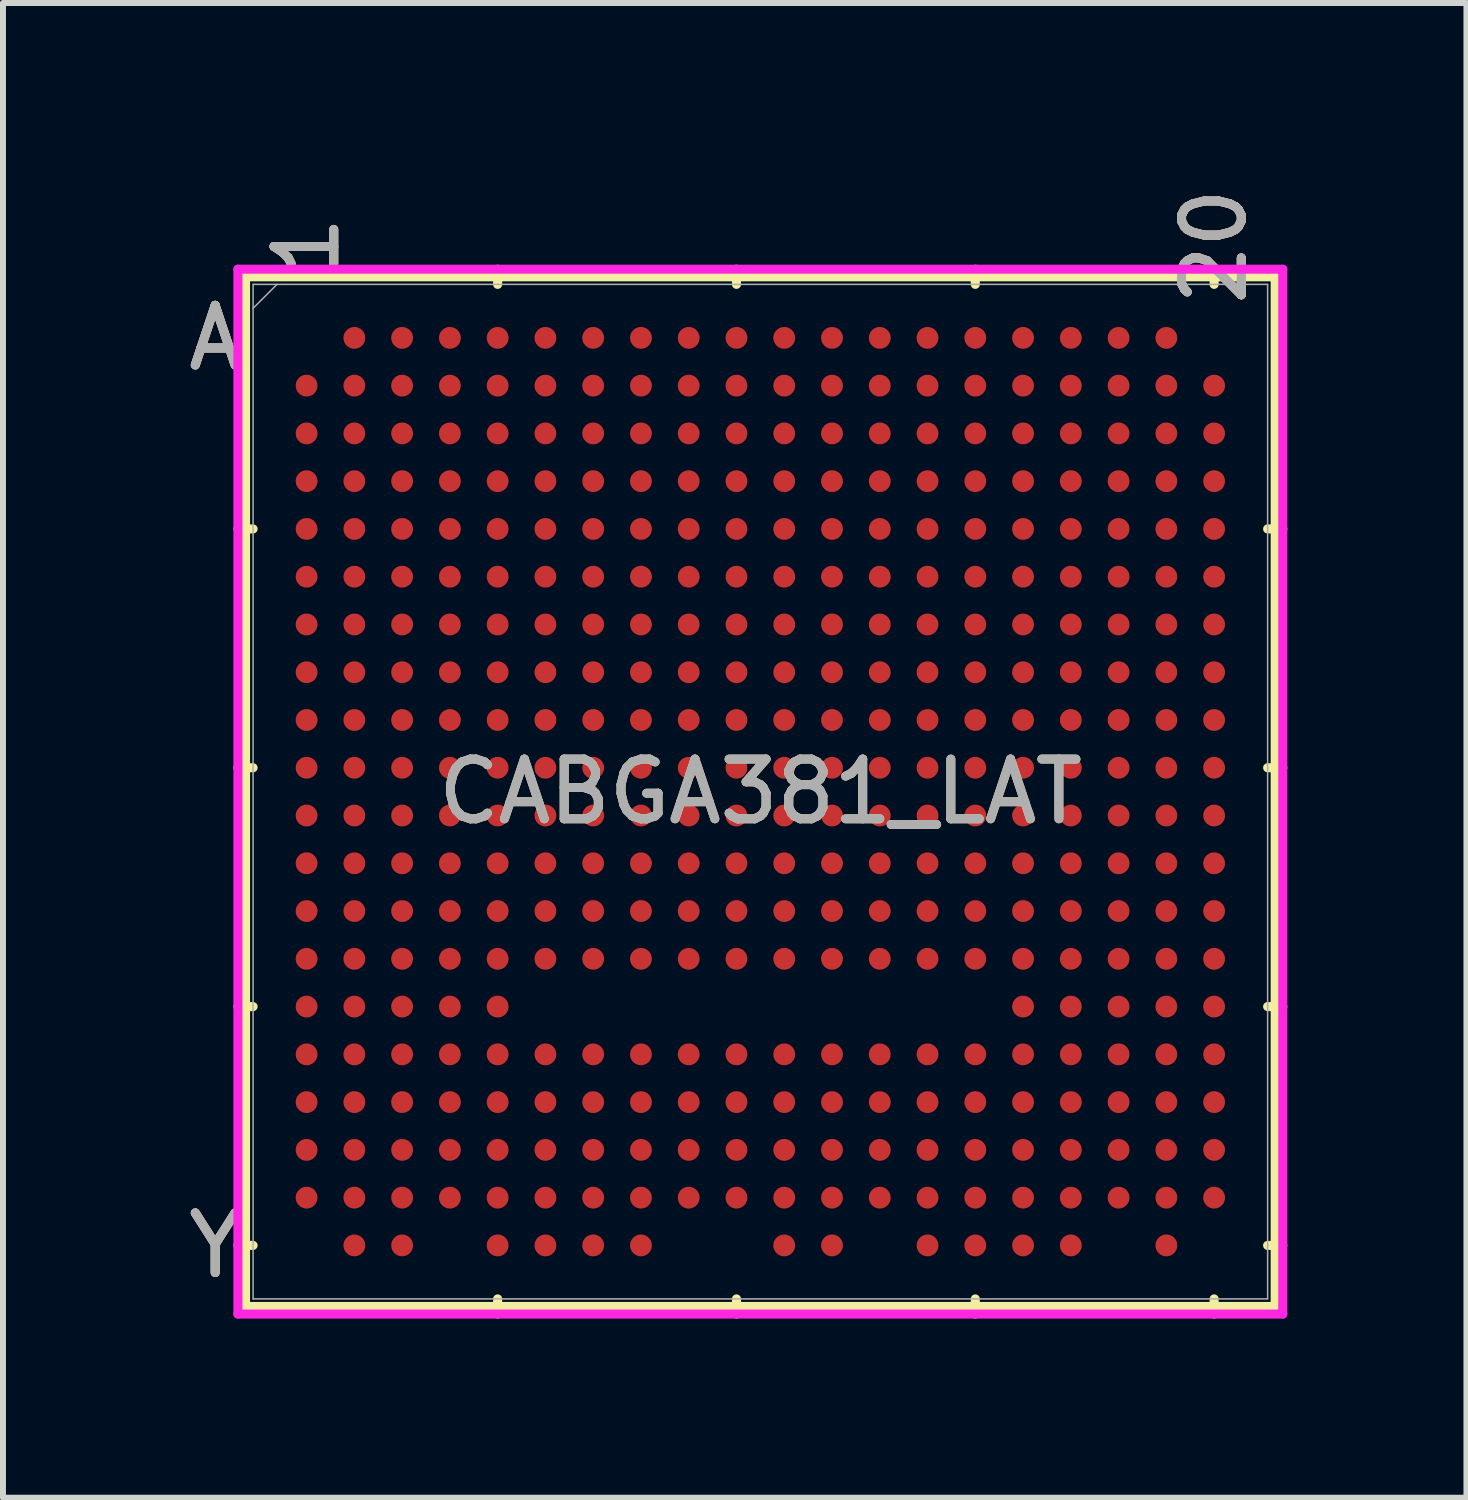
<source format=kicad_pcb>
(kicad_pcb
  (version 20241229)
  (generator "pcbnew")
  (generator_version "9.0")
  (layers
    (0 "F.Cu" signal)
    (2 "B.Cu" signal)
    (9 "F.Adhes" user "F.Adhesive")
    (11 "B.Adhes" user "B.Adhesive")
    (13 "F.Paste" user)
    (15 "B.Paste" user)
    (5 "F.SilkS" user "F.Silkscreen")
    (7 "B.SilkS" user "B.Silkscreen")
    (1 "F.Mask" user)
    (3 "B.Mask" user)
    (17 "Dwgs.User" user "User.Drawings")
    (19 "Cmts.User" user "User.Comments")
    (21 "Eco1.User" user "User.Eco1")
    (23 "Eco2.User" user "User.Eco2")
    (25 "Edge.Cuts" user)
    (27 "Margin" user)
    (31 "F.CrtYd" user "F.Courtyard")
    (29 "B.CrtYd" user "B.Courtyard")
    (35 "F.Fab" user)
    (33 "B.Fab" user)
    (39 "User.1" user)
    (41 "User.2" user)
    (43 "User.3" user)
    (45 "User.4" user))
  (footprint "CABGA381_LAT"
    (layer "F.Cu")
    (at 9.685 10.209)
    (property "Reference" "CABGA381_LAT" (at 0 0 0) (unlocked yes) (layer "F.SilkS") (effects (font (size 1 1) (thickness 0.15))))
    (attr smd)
    (fp_line (start -8.623 -8.623) (end -8.623 8.623) (stroke (width 0.152) (type solid)) (layer "F.SilkS"))
    (fp_line (start -8.623 8.623) (end 8.623 8.623) (stroke (width 0.152) (type solid)) (layer "F.SilkS"))
    (fp_line (start -8.496 -4.4) (end -8.75 -4.4) (stroke (width 0.152) (type solid)) (layer "F.SilkS"))
    (fp_line (start -8.496 -0.4) (end -8.75 -0.4) (stroke (width 0.152) (type solid)) (layer "F.SilkS"))
    (fp_line (start -8.496 3.6) (end -8.75 3.6) (stroke (width 0.152) (type solid)) (layer "F.SilkS"))
    (fp_line (start -8.496 7.6) (end -8.75 7.6) (stroke (width 0.152) (type solid)) (layer "F.SilkS"))
    (fp_line (start -4.4 -8.496) (end -4.4 -8.75) (stroke (width 0.152) (type solid)) (layer "F.SilkS"))
    (fp_line (start -4.4 8.496) (end -4.4 8.75) (stroke (width 0.152) (type solid)) (layer "F.SilkS"))
    (fp_line (start -0.4 -8.496) (end -0.4 -8.75) (stroke (width 0.152) (type solid)) (layer "F.SilkS"))
    (fp_line (start -0.4 8.496) (end -0.4 8.75) (stroke (width 0.152) (type solid)) (layer "F.SilkS"))
    (fp_line (start 3.6 -8.496) (end 3.6 -8.75) (stroke (width 0.152) (type solid)) (layer "F.SilkS"))
    (fp_line (start 3.6 8.496) (end 3.6 8.75) (stroke (width 0.152) (type solid)) (layer "F.SilkS"))
    (fp_line (start 7.6 -8.496) (end 7.6 -8.75) (stroke (width 0.152) (type solid)) (layer "F.SilkS"))
    (fp_line (start 7.6 8.496) (end 7.6 8.75) (stroke (width 0.152) (type solid)) (layer "F.SilkS"))
    (fp_line (start 8.496 -4.4) (end 8.75 -4.4) (stroke (width 0.152) (type solid)) (layer "F.SilkS"))
    (fp_line (start 8.496 -0.4) (end 8.75 -0.4) (stroke (width 0.152) (type solid)) (layer "F.SilkS"))
    (fp_line (start 8.496 3.6) (end 8.75 3.6) (stroke (width 0.152) (type solid)) (layer "F.SilkS"))
    (fp_line (start 8.496 7.6) (end 8.75 7.6) (stroke (width 0.152) (type solid)) (layer "F.SilkS"))
    (fp_line (start 8.623 -8.623) (end -8.623 -8.623) (stroke (width 0.152) (type solid)) (layer "F.SilkS"))
    (fp_line (start 8.623 8.623) (end 8.623 -8.623) (stroke (width 0.152) (type solid)) (layer "F.SilkS"))
    (fp_poly (pts (xy -8.444 -8.444) (xy 8.444 -8.444) (xy 8.444 8.444) (xy -8.444 8.444)) (stroke (width 0.1) (type solid)) (fill no) (layer "Eco2.User"))
    (fp_line (start -8.75 -8.75) (end 8.75 -8.75) (stroke (width 0.152) (type solid)) (layer "F.CrtYd"))
    (fp_line (start -8.75 8.75) (end -8.75 -8.75) (stroke (width 0.152) (type solid)) (layer "F.CrtYd"))
    (fp_line (start 8.75 -8.75) (end 8.75 8.75) (stroke (width 0.152) (type solid)) (layer "F.CrtYd"))
    (fp_line (start 8.75 8.75) (end -8.75 8.75) (stroke (width 0.152) (type solid)) (layer "F.CrtYd"))
    (fp_line (start -8.496 -8.496) (end -8.496 8.496) (stroke (width 0.025) (type solid)) (layer "F.Fab"))
    (fp_line (start -8.496 8.496) (end 8.496 8.496) (stroke (width 0.025) (type solid)) (layer "F.Fab"))
    (fp_line (start -8.096 -8.496) (end -8.496 -8.096) (stroke (width 0.025) (type solid)) (layer "F.Fab"))
    (fp_line (start 8.496 -8.496) (end -8.496 -8.496) (stroke (width 0.025) (type solid)) (layer "F.Fab"))
    (fp_line (start 8.496 8.496) (end 8.496 -8.496) (stroke (width 0.025) (type solid)) (layer "F.Fab"))
    (fp_text user "A" (at -9.131 -7.6 0) (unlocked yes) (layer "F.SilkS") (effects (font (size 1 1) (thickness 0.15))))
    (fp_text user "20" (at 7.6 -9.131 90) (unlocked yes) (layer "F.SilkS") (effects (font (size 1 1) (thickness 0.15))))
    (fp_text user "Y" (at -9.131 7.6 0) (unlocked yes) (layer "F.SilkS") (effects (font (size 1 1) (thickness 0.15))))
    (fp_text user "1" (at -7.6 -9.131 90) (unlocked yes) (layer "F.SilkS") (effects (font (size 1 1) (thickness 0.15))))
    (fp_text user "Y" (at -9.131 7.6 0) (unlocked yes) (layer "B.SilkS") (effects (font (size 1 1) (thickness 0.15))))
    (fp_text user "1" (at -7.6 -9.131 90) (unlocked yes) (layer "B.SilkS") (effects (font (size 1 1) (thickness 0.15))))
    (fp_text user "20" (at 7.6 -9.131 90) (unlocked yes) (layer "B.SilkS") (effects (font (size 1 1) (thickness 0.15))))
    (fp_text user "A" (at -9.131 -7.6 0) (unlocked yes) (layer "B.SilkS") (effects (font (size 1 1) (thickness 0.15))))
    (fp_text user "A" (at -9.131 -7.6 0) (unlocked yes) (layer "F.Fab") (effects (font (size 1 1) (thickness 0.15))))
    (fp_text user "20" (at 7.6 -9.131 90) (unlocked yes) (layer "F.Fab") (effects (font (size 1 1) (thickness 0.15))))
    (fp_text user "${REFERENCE}" (at 0 0 0) (unlocked yes) (layer "F.Fab") (effects (font (size 1 1) (thickness 0.15))))
    (fp_text user "1" (at -7.6 -9.131 90) (unlocked yes) (layer "F.Fab") (effects (font (size 1 1) (thickness 0.15))))
    (fp_text user "Y" (at -9.131 7.6 0) (unlocked yes) (layer "F.Fab") (effects (font (size 1 1) (thickness 0.15))))
    (pad "A2" smd circle (at -6.8 -7.6) (size 0.366 0.366) (layers "F.Cu" "F.Mask" "F.Paste"))
    (pad "A3" smd circle (at -6 -7.6) (size 0.366 0.366) (layers "F.Cu" "F.Mask" "F.Paste"))
    (pad "A4" smd circle (at -5.2 -7.6) (size 0.366 0.366) (layers "F.Cu" "F.Mask" "F.Paste"))
    (pad "A5" smd circle (at -4.4 -7.6) (size 0.366 0.366) (layers "F.Cu" "F.Mask" "F.Paste"))
    (pad "A6" smd circle (at -3.6 -7.6) (size 0.366 0.366) (layers "F.Cu" "F.Mask" "F.Paste"))
    (pad "A7" smd circle (at -2.8 -7.6) (size 0.366 0.366) (layers "F.Cu" "F.Mask" "F.Paste"))
    (pad "A8" smd circle (at -2 -7.6) (size 0.366 0.366) (layers "F.Cu" "F.Mask" "F.Paste"))
    (pad "A9" smd circle (at -1.2 -7.6) (size 0.366 0.366) (layers "F.Cu" "F.Mask" "F.Paste"))
    (pad "A10" smd circle (at -0.4 -7.6) (size 0.366 0.366) (layers "F.Cu" "F.Mask" "F.Paste"))
    (pad "A11" smd circle (at 0.4 -7.6) (size 0.366 0.366) (layers "F.Cu" "F.Mask" "F.Paste"))
    (pad "A12" smd circle (at 1.2 -7.6) (size 0.366 0.366) (layers "F.Cu" "F.Mask" "F.Paste"))
    (pad "A13" smd circle (at 2 -7.6) (size 0.366 0.366) (layers "F.Cu" "F.Mask" "F.Paste"))
    (pad "A14" smd circle (at 2.8 -7.6) (size 0.366 0.366) (layers "F.Cu" "F.Mask" "F.Paste"))
    (pad "A15" smd circle (at 3.6 -7.6) (size 0.366 0.366) (layers "F.Cu" "F.Mask" "F.Paste"))
    (pad "A16" smd circle (at 4.4 -7.6) (size 0.366 0.366) (layers "F.Cu" "F.Mask" "F.Paste"))
    (pad "A17" smd circle (at 5.2 -7.6) (size 0.366 0.366) (layers "F.Cu" "F.Mask" "F.Paste"))
    (pad "A18" smd circle (at 6 -7.6) (size 0.366 0.366) (layers "F.Cu" "F.Mask" "F.Paste"))
    (pad "A19" smd circle (at 6.8 -7.6) (size 0.366 0.366) (layers "F.Cu" "F.Mask" "F.Paste"))
    (pad "B1" smd circle (at -7.6 -6.8) (size 0.366 0.366) (layers "F.Cu" "F.Mask" "F.Paste"))
    (pad "B2" smd circle (at -6.8 -6.8) (size 0.366 0.366) (layers "F.Cu" "F.Mask" "F.Paste"))
    (pad "B3" smd circle (at -6 -6.8) (size 0.366 0.366) (layers "F.Cu" "F.Mask" "F.Paste"))
    (pad "B4" smd circle (at -5.2 -6.8) (size 0.366 0.366) (layers "F.Cu" "F.Mask" "F.Paste"))
    (pad "B5" smd circle (at -4.4 -6.8) (size 0.366 0.366) (layers "F.Cu" "F.Mask" "F.Paste"))
    (pad "B6" smd circle (at -3.6 -6.8) (size 0.366 0.366) (layers "F.Cu" "F.Mask" "F.Paste"))
    (pad "B7" smd circle (at -2.8 -6.8) (size 0.366 0.366) (layers "F.Cu" "F.Mask" "F.Paste"))
    (pad "B8" smd circle (at -2 -6.8) (size 0.366 0.366) (layers "F.Cu" "F.Mask" "F.Paste"))
    (pad "B9" smd circle (at -1.2 -6.8) (size 0.366 0.366) (layers "F.Cu" "F.Mask" "F.Paste"))
    (pad "B10" smd circle (at -0.4 -6.8) (size 0.366 0.366) (layers "F.Cu" "F.Mask" "F.Paste"))
    (pad "B11" smd circle (at 0.4 -6.8) (size 0.366 0.366) (layers "F.Cu" "F.Mask" "F.Paste"))
    (pad "B12" smd circle (at 1.2 -6.8) (size 0.366 0.366) (layers "F.Cu" "F.Mask" "F.Paste"))
    (pad "B13" smd circle (at 2 -6.8) (size 0.366 0.366) (layers "F.Cu" "F.Mask" "F.Paste"))
    (pad "B14" smd circle (at 2.8 -6.8) (size 0.366 0.366) (layers "F.Cu" "F.Mask" "F.Paste"))
    (pad "B15" smd circle (at 3.6 -6.8) (size 0.366 0.366) (layers "F.Cu" "F.Mask" "F.Paste"))
    (pad "B16" smd circle (at 4.4 -6.8) (size 0.366 0.366) (layers "F.Cu" "F.Mask" "F.Paste"))
    (pad "B17" smd circle (at 5.2 -6.8) (size 0.366 0.366) (layers "F.Cu" "F.Mask" "F.Paste"))
    (pad "B18" smd circle (at 6 -6.8) (size 0.366 0.366) (layers "F.Cu" "F.Mask" "F.Paste"))
    (pad "B19" smd circle (at 6.8 -6.8) (size 0.366 0.366) (layers "F.Cu" "F.Mask" "F.Paste"))
    (pad "B20" smd circle (at 7.6 -6.8) (size 0.366 0.366) (layers "F.Cu" "F.Mask" "F.Paste"))
    (pad "C1" smd circle (at -7.6 -6) (size 0.366 0.366) (layers "F.Cu" "F.Mask" "F.Paste"))
    (pad "C2" smd circle (at -6.8 -6) (size 0.366 0.366) (layers "F.Cu" "F.Mask" "F.Paste"))
    (pad "C3" smd circle (at -6 -6) (size 0.366 0.366) (layers "F.Cu" "F.Mask" "F.Paste"))
    (pad "C4" smd circle (at -5.2 -6) (size 0.366 0.366) (layers "F.Cu" "F.Mask" "F.Paste"))
    (pad "C5" smd circle (at -4.4 -6) (size 0.366 0.366) (layers "F.Cu" "F.Mask" "F.Paste"))
    (pad "C6" smd circle (at -3.6 -6) (size 0.366 0.366) (layers "F.Cu" "F.Mask" "F.Paste"))
    (pad "C7" smd circle (at -2.8 -6) (size 0.366 0.366) (layers "F.Cu" "F.Mask" "F.Paste"))
    (pad "C8" smd circle (at -2 -6) (size 0.366 0.366) (layers "F.Cu" "F.Mask" "F.Paste"))
    (pad "C9" smd circle (at -1.2 -6) (size 0.366 0.366) (layers "F.Cu" "F.Mask" "F.Paste"))
    (pad "C10" smd circle (at -0.4 -6) (size 0.366 0.366) (layers "F.Cu" "F.Mask" "F.Paste"))
    (pad "C11" smd circle (at 0.4 -6) (size 0.366 0.366) (layers "F.Cu" "F.Mask" "F.Paste"))
    (pad "C12" smd circle (at 1.2 -6) (size 0.366 0.366) (layers "F.Cu" "F.Mask" "F.Paste"))
    (pad "C13" smd circle (at 2 -6) (size 0.366 0.366) (layers "F.Cu" "F.Mask" "F.Paste"))
    (pad "C14" smd circle (at 2.8 -6) (size 0.366 0.366) (layers "F.Cu" "F.Mask" "F.Paste"))
    (pad "C15" smd circle (at 3.6 -6) (size 0.366 0.366) (layers "F.Cu" "F.Mask" "F.Paste"))
    (pad "C16" smd circle (at 4.4 -6) (size 0.366 0.366) (layers "F.Cu" "F.Mask" "F.Paste"))
    (pad "C17" smd circle (at 5.2 -6) (size 0.366 0.366) (layers "F.Cu" "F.Mask" "F.Paste"))
    (pad "C18" smd circle (at 6 -6) (size 0.366 0.366) (layers "F.Cu" "F.Mask" "F.Paste"))
    (pad "C19" smd circle (at 6.8 -6) (size 0.366 0.366) (layers "F.Cu" "F.Mask" "F.Paste"))
    (pad "C20" smd circle (at 7.6 -6) (size 0.366 0.366) (layers "F.Cu" "F.Mask" "F.Paste"))
    (pad "D1" smd circle (at -7.6 -5.2) (size 0.366 0.366) (layers "F.Cu" "F.Mask" "F.Paste"))
    (pad "D2" smd circle (at -6.8 -5.2) (size 0.366 0.366) (layers "F.Cu" "F.Mask" "F.Paste"))
    (pad "D3" smd circle (at -6 -5.2) (size 0.366 0.366) (layers "F.Cu" "F.Mask" "F.Paste"))
    (pad "D4" smd circle (at -5.2 -5.2) (size 0.366 0.366) (layers "F.Cu" "F.Mask" "F.Paste"))
    (pad "D5" smd circle (at -4.4 -5.2) (size 0.366 0.366) (layers "F.Cu" "F.Mask" "F.Paste"))
    (pad "D6" smd circle (at -3.6 -5.2) (size 0.366 0.366) (layers "F.Cu" "F.Mask" "F.Paste"))
    (pad "D7" smd circle (at -2.8 -5.2) (size 0.366 0.366) (layers "F.Cu" "F.Mask" "F.Paste"))
    (pad "D8" smd circle (at -2 -5.2) (size 0.366 0.366) (layers "F.Cu" "F.Mask" "F.Paste"))
    (pad "D9" smd circle (at -1.2 -5.2) (size 0.366 0.366) (layers "F.Cu" "F.Mask" "F.Paste"))
    (pad "D10" smd circle (at -0.4 -5.2) (size 0.366 0.366) (layers "F.Cu" "F.Mask" "F.Paste"))
    (pad "D11" smd circle (at 0.4 -5.2) (size 0.366 0.366) (layers "F.Cu" "F.Mask" "F.Paste"))
    (pad "D12" smd circle (at 1.2 -5.2) (size 0.366 0.366) (layers "F.Cu" "F.Mask" "F.Paste"))
    (pad "D13" smd circle (at 2 -5.2) (size 0.366 0.366) (layers "F.Cu" "F.Mask" "F.Paste"))
    (pad "D14" smd circle (at 2.8 -5.2) (size 0.366 0.366) (layers "F.Cu" "F.Mask" "F.Paste"))
    (pad "D15" smd circle (at 3.6 -5.2) (size 0.366 0.366) (layers "F.Cu" "F.Mask" "F.Paste"))
    (pad "D16" smd circle (at 4.4 -5.2) (size 0.366 0.366) (layers "F.Cu" "F.Mask" "F.Paste"))
    (pad "D17" smd circle (at 5.2 -5.2) (size 0.366 0.366) (layers "F.Cu" "F.Mask" "F.Paste"))
    (pad "D18" smd circle (at 6 -5.2) (size 0.366 0.366) (layers "F.Cu" "F.Mask" "F.Paste"))
    (pad "D19" smd circle (at 6.8 -5.2) (size 0.366 0.366) (layers "F.Cu" "F.Mask" "F.Paste"))
    (pad "D20" smd circle (at 7.6 -5.2) (size 0.366 0.366) (layers "F.Cu" "F.Mask" "F.Paste"))
    (pad "E1" smd circle (at -7.6 -4.4) (size 0.366 0.366) (layers "F.Cu" "F.Mask" "F.Paste"))
    (pad "E2" smd circle (at -6.8 -4.4) (size 0.366 0.366) (layers "F.Cu" "F.Mask" "F.Paste"))
    (pad "E3" smd circle (at -6 -4.4) (size 0.366 0.366) (layers "F.Cu" "F.Mask" "F.Paste"))
    (pad "E4" smd circle (at -5.2 -4.4) (size 0.366 0.366) (layers "F.Cu" "F.Mask" "F.Paste"))
    (pad "E5" smd circle (at -4.4 -4.4) (size 0.366 0.366) (layers "F.Cu" "F.Mask" "F.Paste"))
    (pad "E6" smd circle (at -3.6 -4.4) (size 0.366 0.366) (layers "F.Cu" "F.Mask" "F.Paste"))
    (pad "E7" smd circle (at -2.8 -4.4) (size 0.366 0.366) (layers "F.Cu" "F.Mask" "F.Paste"))
    (pad "E8" smd circle (at -2 -4.4) (size 0.366 0.366) (layers "F.Cu" "F.Mask" "F.Paste"))
    (pad "E9" smd circle (at -1.2 -4.4) (size 0.366 0.366) (layers "F.Cu" "F.Mask" "F.Paste"))
    (pad "E10" smd circle (at -0.4 -4.4) (size 0.366 0.366) (layers "F.Cu" "F.Mask" "F.Paste"))
    (pad "E11" smd circle (at 0.4 -4.4) (size 0.366 0.366) (layers "F.Cu" "F.Mask" "F.Paste"))
    (pad "E12" smd circle (at 1.2 -4.4) (size 0.366 0.366) (layers "F.Cu" "F.Mask" "F.Paste"))
    (pad "E13" smd circle (at 2 -4.4) (size 0.366 0.366) (layers "F.Cu" "F.Mask" "F.Paste"))
    (pad "E14" smd circle (at 2.8 -4.4) (size 0.366 0.366) (layers "F.Cu" "F.Mask" "F.Paste"))
    (pad "E15" smd circle (at 3.6 -4.4) (size 0.366 0.366) (layers "F.Cu" "F.Mask" "F.Paste"))
    (pad "E16" smd circle (at 4.4 -4.4) (size 0.366 0.366) (layers "F.Cu" "F.Mask" "F.Paste"))
    (pad "E17" smd circle (at 5.2 -4.4) (size 0.366 0.366) (layers "F.Cu" "F.Mask" "F.Paste"))
    (pad "E18" smd circle (at 6 -4.4) (size 0.366 0.366) (layers "F.Cu" "F.Mask" "F.Paste"))
    (pad "E19" smd circle (at 6.8 -4.4) (size 0.366 0.366) (layers "F.Cu" "F.Mask" "F.Paste"))
    (pad "E20" smd circle (at 7.6 -4.4) (size 0.366 0.366) (layers "F.Cu" "F.Mask" "F.Paste"))
    (pad "F1" smd circle (at -7.6 -3.6) (size 0.366 0.366) (layers "F.Cu" "F.Mask" "F.Paste"))
    (pad "F2" smd circle (at -6.8 -3.6) (size 0.366 0.366) (layers "F.Cu" "F.Mask" "F.Paste"))
    (pad "F3" smd circle (at -6 -3.6) (size 0.366 0.366) (layers "F.Cu" "F.Mask" "F.Paste"))
    (pad "F4" smd circle (at -5.2 -3.6) (size 0.366 0.366) (layers "F.Cu" "F.Mask" "F.Paste"))
    (pad "F5" smd circle (at -4.4 -3.6) (size 0.366 0.366) (layers "F.Cu" "F.Mask" "F.Paste"))
    (pad "F6" smd circle (at -3.6 -3.6) (size 0.366 0.366) (layers "F.Cu" "F.Mask" "F.Paste"))
    (pad "F7" smd circle (at -2.8 -3.6) (size 0.366 0.366) (layers "F.Cu" "F.Mask" "F.Paste"))
    (pad "F8" smd circle (at -2 -3.6) (size 0.366 0.366) (layers "F.Cu" "F.Mask" "F.Paste"))
    (pad "F9" smd circle (at -1.2 -3.6) (size 0.366 0.366) (layers "F.Cu" "F.Mask" "F.Paste"))
    (pad "F10" smd circle (at -0.4 -3.6) (size 0.366 0.366) (layers "F.Cu" "F.Mask" "F.Paste"))
    (pad "F11" smd circle (at 0.4 -3.6) (size 0.366 0.366) (layers "F.Cu" "F.Mask" "F.Paste"))
    (pad "F12" smd circle (at 1.2 -3.6) (size 0.366 0.366) (layers "F.Cu" "F.Mask" "F.Paste"))
    (pad "F13" smd circle (at 2 -3.6) (size 0.366 0.366) (layers "F.Cu" "F.Mask" "F.Paste"))
    (pad "F14" smd circle (at 2.8 -3.6) (size 0.366 0.366) (layers "F.Cu" "F.Mask" "F.Paste"))
    (pad "F15" smd circle (at 3.6 -3.6) (size 0.366 0.366) (layers "F.Cu" "F.Mask" "F.Paste"))
    (pad "F16" smd circle (at 4.4 -3.6) (size 0.366 0.366) (layers "F.Cu" "F.Mask" "F.Paste"))
    (pad "F17" smd circle (at 5.2 -3.6) (size 0.366 0.366) (layers "F.Cu" "F.Mask" "F.Paste"))
    (pad "F18" smd circle (at 6 -3.6) (size 0.366 0.366) (layers "F.Cu" "F.Mask" "F.Paste"))
    (pad "F19" smd circle (at 6.8 -3.6) (size 0.366 0.366) (layers "F.Cu" "F.Mask" "F.Paste"))
    (pad "F20" smd circle (at 7.6 -3.6) (size 0.366 0.366) (layers "F.Cu" "F.Mask" "F.Paste"))
    (pad "G1" smd circle (at -7.6 -2.8) (size 0.366 0.366) (layers "F.Cu" "F.Mask" "F.Paste"))
    (pad "G2" smd circle (at -6.8 -2.8) (size 0.366 0.366) (layers "F.Cu" "F.Mask" "F.Paste"))
    (pad "G3" smd circle (at -6 -2.8) (size 0.366 0.366) (layers "F.Cu" "F.Mask" "F.Paste"))
    (pad "G4" smd circle (at -5.2 -2.8) (size 0.366 0.366) (layers "F.Cu" "F.Mask" "F.Paste"))
    (pad "G5" smd circle (at -4.4 -2.8) (size 0.366 0.366) (layers "F.Cu" "F.Mask" "F.Paste"))
    (pad "G6" smd circle (at -3.6 -2.8) (size 0.366 0.366) (layers "F.Cu" "F.Mask" "F.Paste"))
    (pad "G7" smd circle (at -2.8 -2.8) (size 0.366 0.366) (layers "F.Cu" "F.Mask" "F.Paste"))
    (pad "G8" smd circle (at -2 -2.8) (size 0.366 0.366) (layers "F.Cu" "F.Mask" "F.Paste"))
    (pad "G9" smd circle (at -1.2 -2.8) (size 0.366 0.366) (layers "F.Cu" "F.Mask" "F.Paste"))
    (pad "G10" smd circle (at -0.4 -2.8) (size 0.366 0.366) (layers "F.Cu" "F.Mask" "F.Paste"))
    (pad "G11" smd circle (at 0.4 -2.8) (size 0.366 0.366) (layers "F.Cu" "F.Mask" "F.Paste"))
    (pad "G12" smd circle (at 1.2 -2.8) (size 0.366 0.366) (layers "F.Cu" "F.Mask" "F.Paste"))
    (pad "G13" smd circle (at 2 -2.8) (size 0.366 0.366) (layers "F.Cu" "F.Mask" "F.Paste"))
    (pad "G14" smd circle (at 2.8 -2.8) (size 0.366 0.366) (layers "F.Cu" "F.Mask" "F.Paste"))
    (pad "G15" smd circle (at 3.6 -2.8) (size 0.366 0.366) (layers "F.Cu" "F.Mask" "F.Paste"))
    (pad "G16" smd circle (at 4.4 -2.8) (size 0.366 0.366) (layers "F.Cu" "F.Mask" "F.Paste"))
    (pad "G17" smd circle (at 5.2 -2.8) (size 0.366 0.366) (layers "F.Cu" "F.Mask" "F.Paste"))
    (pad "G18" smd circle (at 6 -2.8) (size 0.366 0.366) (layers "F.Cu" "F.Mask" "F.Paste"))
    (pad "G19" smd circle (at 6.8 -2.8) (size 0.366 0.366) (layers "F.Cu" "F.Mask" "F.Paste"))
    (pad "G20" smd circle (at 7.6 -2.8) (size 0.366 0.366) (layers "F.Cu" "F.Mask" "F.Paste"))
    (pad "H1" smd circle (at -7.6 -2) (size 0.366 0.366) (layers "F.Cu" "F.Mask" "F.Paste"))
    (pad "H2" smd circle (at -6.8 -2) (size 0.366 0.366) (layers "F.Cu" "F.Mask" "F.Paste"))
    (pad "H3" smd circle (at -6 -2) (size 0.366 0.366) (layers "F.Cu" "F.Mask" "F.Paste"))
    (pad "H4" smd circle (at -5.2 -2) (size 0.366 0.366) (layers "F.Cu" "F.Mask" "F.Paste"))
    (pad "H5" smd circle (at -4.4 -2) (size 0.366 0.366) (layers "F.Cu" "F.Mask" "F.Paste"))
    (pad "H6" smd circle (at -3.6 -2) (size 0.366 0.366) (layers "F.Cu" "F.Mask" "F.Paste"))
    (pad "H7" smd circle (at -2.8 -2) (size 0.366 0.366) (layers "F.Cu" "F.Mask" "F.Paste"))
    (pad "H8" smd circle (at -2 -2) (size 0.366 0.366) (layers "F.Cu" "F.Mask" "F.Paste"))
    (pad "H9" smd circle (at -1.2 -2) (size 0.366 0.366) (layers "F.Cu" "F.Mask" "F.Paste"))
    (pad "H10" smd circle (at -0.4 -2) (size 0.366 0.366) (layers "F.Cu" "F.Mask" "F.Paste"))
    (pad "H11" smd circle (at 0.4 -2) (size 0.366 0.366) (layers "F.Cu" "F.Mask" "F.Paste"))
    (pad "H12" smd circle (at 1.2 -2) (size 0.366 0.366) (layers "F.Cu" "F.Mask" "F.Paste"))
    (pad "H13" smd circle (at 2 -2) (size 0.366 0.366) (layers "F.Cu" "F.Mask" "F.Paste"))
    (pad "H14" smd circle (at 2.8 -2) (size 0.366 0.366) (layers "F.Cu" "F.Mask" "F.Paste"))
    (pad "H15" smd circle (at 3.6 -2) (size 0.366 0.366) (layers "F.Cu" "F.Mask" "F.Paste"))
    (pad "H16" smd circle (at 4.4 -2) (size 0.366 0.366) (layers "F.Cu" "F.Mask" "F.Paste"))
    (pad "H17" smd circle (at 5.2 -2) (size 0.366 0.366) (layers "F.Cu" "F.Mask" "F.Paste"))
    (pad "H18" smd circle (at 6 -2) (size 0.366 0.366) (layers "F.Cu" "F.Mask" "F.Paste"))
    (pad "H19" smd circle (at 6.8 -2) (size 0.366 0.366) (layers "F.Cu" "F.Mask" "F.Paste"))
    (pad "H20" smd circle (at 7.6 -2) (size 0.366 0.366) (layers "F.Cu" "F.Mask" "F.Paste"))
    (pad "J1" smd circle (at -7.6 -1.2) (size 0.366 0.366) (layers "F.Cu" "F.Mask" "F.Paste"))
    (pad "J2" smd circle (at -6.8 -1.2) (size 0.366 0.366) (layers "F.Cu" "F.Mask" "F.Paste"))
    (pad "J3" smd circle (at -6 -1.2) (size 0.366 0.366) (layers "F.Cu" "F.Mask" "F.Paste"))
    (pad "J4" smd circle (at -5.2 -1.2) (size 0.366 0.366) (layers "F.Cu" "F.Mask" "F.Paste"))
    (pad "J5" smd circle (at -4.4 -1.2) (size 0.366 0.366) (layers "F.Cu" "F.Mask" "F.Paste"))
    (pad "J6" smd circle (at -3.6 -1.2) (size 0.366 0.366) (layers "F.Cu" "F.Mask" "F.Paste"))
    (pad "J7" smd circle (at -2.8 -1.2) (size 0.366 0.366) (layers "F.Cu" "F.Mask" "F.Paste"))
    (pad "J8" smd circle (at -2 -1.2) (size 0.366 0.366) (layers "F.Cu" "F.Mask" "F.Paste"))
    (pad "J9" smd circle (at -1.2 -1.2) (size 0.366 0.366) (layers "F.Cu" "F.Mask" "F.Paste"))
    (pad "J10" smd circle (at -0.4 -1.2) (size 0.366 0.366) (layers "F.Cu" "F.Mask" "F.Paste"))
    (pad "J11" smd circle (at 0.4 -1.2) (size 0.366 0.366) (layers "F.Cu" "F.Mask" "F.Paste"))
    (pad "J12" smd circle (at 1.2 -1.2) (size 0.366 0.366) (layers "F.Cu" "F.Mask" "F.Paste"))
    (pad "J13" smd circle (at 2 -1.2) (size 0.366 0.366) (layers "F.Cu" "F.Mask" "F.Paste"))
    (pad "J14" smd circle (at 2.8 -1.2) (size 0.366 0.366) (layers "F.Cu" "F.Mask" "F.Paste"))
    (pad "J15" smd circle (at 3.6 -1.2) (size 0.366 0.366) (layers "F.Cu" "F.Mask" "F.Paste"))
    (pad "J16" smd circle (at 4.4 -1.2) (size 0.366 0.366) (layers "F.Cu" "F.Mask" "F.Paste"))
    (pad "J17" smd circle (at 5.2 -1.2) (size 0.366 0.366) (layers "F.Cu" "F.Mask" "F.Paste"))
    (pad "J18" smd circle (at 6 -1.2) (size 0.366 0.366) (layers "F.Cu" "F.Mask" "F.Paste"))
    (pad "J19" smd circle (at 6.8 -1.2) (size 0.366 0.366) (layers "F.Cu" "F.Mask" "F.Paste"))
    (pad "J20" smd circle (at 7.6 -1.2) (size 0.366 0.366) (layers "F.Cu" "F.Mask" "F.Paste"))
    (pad "K1" smd circle (at -7.6 -0.4) (size 0.366 0.366) (layers "F.Cu" "F.Mask" "F.Paste"))
    (pad "K2" smd circle (at -6.8 -0.4) (size 0.366 0.366) (layers "F.Cu" "F.Mask" "F.Paste"))
    (pad "K3" smd circle (at -6 -0.4) (size 0.366 0.366) (layers "F.Cu" "F.Mask" "F.Paste"))
    (pad "K4" smd circle (at -5.2 -0.4) (size 0.366 0.366) (layers "F.Cu" "F.Mask" "F.Paste"))
    (pad "K5" smd circle (at -4.4 -0.4) (size 0.366 0.366) (layers "F.Cu" "F.Mask" "F.Paste"))
    (pad "K6" smd circle (at -3.6 -0.4) (size 0.366 0.366) (layers "F.Cu" "F.Mask" "F.Paste"))
    (pad "K7" smd circle (at -2.8 -0.4) (size 0.366 0.366) (layers "F.Cu" "F.Mask" "F.Paste"))
    (pad "K8" smd circle (at -2 -0.4) (size 0.366 0.366) (layers "F.Cu" "F.Mask" "F.Paste"))
    (pad "K9" smd circle (at -1.2 -0.4) (size 0.366 0.366) (layers "F.Cu" "F.Mask" "F.Paste"))
    (pad "K10" smd circle (at -0.4 -0.4) (size 0.366 0.366) (layers "F.Cu" "F.Mask" "F.Paste"))
    (pad "K11" smd circle (at 0.4 -0.4) (size 0.366 0.366) (layers "F.Cu" "F.Mask" "F.Paste"))
    (pad "K12" smd circle (at 1.2 -0.4) (size 0.366 0.366) (layers "F.Cu" "F.Mask" "F.Paste"))
    (pad "K13" smd circle (at 2 -0.4) (size 0.366 0.366) (layers "F.Cu" "F.Mask" "F.Paste"))
    (pad "K14" smd circle (at 2.8 -0.4) (size 0.366 0.366) (layers "F.Cu" "F.Mask" "F.Paste"))
    (pad "K15" smd circle (at 3.6 -0.4) (size 0.366 0.366) (layers "F.Cu" "F.Mask" "F.Paste"))
    (pad "K16" smd circle (at 4.4 -0.4) (size 0.366 0.366) (layers "F.Cu" "F.Mask" "F.Paste"))
    (pad "K17" smd circle (at 5.2 -0.4) (size 0.366 0.366) (layers "F.Cu" "F.Mask" "F.Paste"))
    (pad "K18" smd circle (at 6 -0.4) (size 0.366 0.366) (layers "F.Cu" "F.Mask" "F.Paste"))
    (pad "K19" smd circle (at 6.8 -0.4) (size 0.366 0.366) (layers "F.Cu" "F.Mask" "F.Paste"))
    (pad "K20" smd circle (at 7.6 -0.4) (size 0.366 0.366) (layers "F.Cu" "F.Mask" "F.Paste"))
    (pad "L1" smd circle (at -7.6 0.4) (size 0.366 0.366) (layers "F.Cu" "F.Mask" "F.Paste"))
    (pad "L2" smd circle (at -6.8 0.4) (size 0.366 0.366) (layers "F.Cu" "F.Mask" "F.Paste"))
    (pad "L3" smd circle (at -6 0.4) (size 0.366 0.366) (layers "F.Cu" "F.Mask" "F.Paste"))
    (pad "L4" smd circle (at -5.2 0.4) (size 0.366 0.366) (layers "F.Cu" "F.Mask" "F.Paste"))
    (pad "L5" smd circle (at -4.4 0.4) (size 0.366 0.366) (layers "F.Cu" "F.Mask" "F.Paste"))
    (pad "L6" smd circle (at -3.6 0.4) (size 0.366 0.366) (layers "F.Cu" "F.Mask" "F.Paste"))
    (pad "L7" smd circle (at -2.8 0.4) (size 0.366 0.366) (layers "F.Cu" "F.Mask" "F.Paste"))
    (pad "L8" smd circle (at -2 0.4) (size 0.366 0.366) (layers "F.Cu" "F.Mask" "F.Paste"))
    (pad "L9" smd circle (at -1.2 0.4) (size 0.366 0.366) (layers "F.Cu" "F.Mask" "F.Paste"))
    (pad "L10" smd circle (at -0.4 0.4) (size 0.366 0.366) (layers "F.Cu" "F.Mask" "F.Paste"))
    (pad "L11" smd circle (at 0.4 0.4) (size 0.366 0.366) (layers "F.Cu" "F.Mask" "F.Paste"))
    (pad "L12" smd circle (at 1.2 0.4) (size 0.366 0.366) (layers "F.Cu" "F.Mask" "F.Paste"))
    (pad "L13" smd circle (at 2 0.4) (size 0.366 0.366) (layers "F.Cu" "F.Mask" "F.Paste"))
    (pad "L14" smd circle (at 2.8 0.4) (size 0.366 0.366) (layers "F.Cu" "F.Mask" "F.Paste"))
    (pad "L15" smd circle (at 3.6 0.4) (size 0.366 0.366) (layers "F.Cu" "F.Mask" "F.Paste"))
    (pad "L16" smd circle (at 4.4 0.4) (size 0.366 0.366) (layers "F.Cu" "F.Mask" "F.Paste"))
    (pad "L17" smd circle (at 5.2 0.4) (size 0.366 0.366) (layers "F.Cu" "F.Mask" "F.Paste"))
    (pad "L18" smd circle (at 6 0.4) (size 0.366 0.366) (layers "F.Cu" "F.Mask" "F.Paste"))
    (pad "L19" smd circle (at 6.8 0.4) (size 0.366 0.366) (layers "F.Cu" "F.Mask" "F.Paste"))
    (pad "L20" smd circle (at 7.6 0.4) (size 0.366 0.366) (layers "F.Cu" "F.Mask" "F.Paste"))
    (pad "M1" smd circle (at -7.6 1.2) (size 0.366 0.366) (layers "F.Cu" "F.Mask" "F.Paste"))
    (pad "M2" smd circle (at -6.8 1.2) (size 0.366 0.366) (layers "F.Cu" "F.Mask" "F.Paste"))
    (pad "M3" smd circle (at -6 1.2) (size 0.366 0.366) (layers "F.Cu" "F.Mask" "F.Paste"))
    (pad "M4" smd circle (at -5.2 1.2) (size 0.366 0.366) (layers "F.Cu" "F.Mask" "F.Paste"))
    (pad "M5" smd circle (at -4.4 1.2) (size 0.366 0.366) (layers "F.Cu" "F.Mask" "F.Paste"))
    (pad "M6" smd circle (at -3.6 1.2) (size 0.366 0.366) (layers "F.Cu" "F.Mask" "F.Paste"))
    (pad "M7" smd circle (at -2.8 1.2) (size 0.366 0.366) (layers "F.Cu" "F.Mask" "F.Paste"))
    (pad "M8" smd circle (at -2 1.2) (size 0.366 0.366) (layers "F.Cu" "F.Mask" "F.Paste"))
    (pad "M9" smd circle (at -1.2 1.2) (size 0.366 0.366) (layers "F.Cu" "F.Mask" "F.Paste"))
    (pad "M10" smd circle (at -0.4 1.2) (size 0.366 0.366) (layers "F.Cu" "F.Mask" "F.Paste"))
    (pad "M11" smd circle (at 0.4 1.2) (size 0.366 0.366) (layers "F.Cu" "F.Mask" "F.Paste"))
    (pad "M12" smd circle (at 1.2 1.2) (size 0.366 0.366) (layers "F.Cu" "F.Mask" "F.Paste"))
    (pad "M13" smd circle (at 2 1.2) (size 0.366 0.366) (layers "F.Cu" "F.Mask" "F.Paste"))
    (pad "M14" smd circle (at 2.8 1.2) (size 0.366 0.366) (layers "F.Cu" "F.Mask" "F.Paste"))
    (pad "M15" smd circle (at 3.6 1.2) (size 0.366 0.366) (layers "F.Cu" "F.Mask" "F.Paste"))
    (pad "M16" smd circle (at 4.4 1.2) (size 0.366 0.366) (layers "F.Cu" "F.Mask" "F.Paste"))
    (pad "M17" smd circle (at 5.2 1.2) (size 0.366 0.366) (layers "F.Cu" "F.Mask" "F.Paste"))
    (pad "M18" smd circle (at 6 1.2) (size 0.366 0.366) (layers "F.Cu" "F.Mask" "F.Paste"))
    (pad "M19" smd circle (at 6.8 1.2) (size 0.366 0.366) (layers "F.Cu" "F.Mask" "F.Paste"))
    (pad "M20" smd circle (at 7.6 1.2) (size 0.366 0.366) (layers "F.Cu" "F.Mask" "F.Paste"))
    (pad "N1" smd circle (at -7.6 2) (size 0.366 0.366) (layers "F.Cu" "F.Mask" "F.Paste"))
    (pad "N2" smd circle (at -6.8 2) (size 0.366 0.366) (layers "F.Cu" "F.Mask" "F.Paste"))
    (pad "N3" smd circle (at -6 2) (size 0.366 0.366) (layers "F.Cu" "F.Mask" "F.Paste"))
    (pad "N4" smd circle (at -5.2 2) (size 0.366 0.366) (layers "F.Cu" "F.Mask" "F.Paste"))
    (pad "N5" smd circle (at -4.4 2) (size 0.366 0.366) (layers "F.Cu" "F.Mask" "F.Paste"))
    (pad "N6" smd circle (at -3.6 2) (size 0.366 0.366) (layers "F.Cu" "F.Mask" "F.Paste"))
    (pad "N7" smd circle (at -2.8 2) (size 0.366 0.366) (layers "F.Cu" "F.Mask" "F.Paste"))
    (pad "N8" smd circle (at -2 2) (size 0.366 0.366) (layers "F.Cu" "F.Mask" "F.Paste"))
    (pad "N9" smd circle (at -1.2 2) (size 0.366 0.366) (layers "F.Cu" "F.Mask" "F.Paste"))
    (pad "N10" smd circle (at -0.4 2) (size 0.366 0.366) (layers "F.Cu" "F.Mask" "F.Paste"))
    (pad "N11" smd circle (at 0.4 2) (size 0.366 0.366) (layers "F.Cu" "F.Mask" "F.Paste"))
    (pad "N12" smd circle (at 1.2 2) (size 0.366 0.366) (layers "F.Cu" "F.Mask" "F.Paste"))
    (pad "N13" smd circle (at 2 2) (size 0.366 0.366) (layers "F.Cu" "F.Mask" "F.Paste"))
    (pad "N14" smd circle (at 2.8 2) (size 0.366 0.366) (layers "F.Cu" "F.Mask" "F.Paste"))
    (pad "N15" smd circle (at 3.6 2) (size 0.366 0.366) (layers "F.Cu" "F.Mask" "F.Paste"))
    (pad "N16" smd circle (at 4.4 2) (size 0.366 0.366) (layers "F.Cu" "F.Mask" "F.Paste"))
    (pad "N17" smd circle (at 5.2 2) (size 0.366 0.366) (layers "F.Cu" "F.Mask" "F.Paste"))
    (pad "N18" smd circle (at 6 2) (size 0.366 0.366) (layers "F.Cu" "F.Mask" "F.Paste"))
    (pad "N19" smd circle (at 6.8 2) (size 0.366 0.366) (layers "F.Cu" "F.Mask" "F.Paste"))
    (pad "N20" smd circle (at 7.6 2) (size 0.366 0.366) (layers "F.Cu" "F.Mask" "F.Paste"))
    (pad "P1" smd circle (at -7.6 2.8) (size 0.366 0.366) (layers "F.Cu" "F.Mask" "F.Paste"))
    (pad "P2" smd circle (at -6.8 2.8) (size 0.366 0.366) (layers "F.Cu" "F.Mask" "F.Paste"))
    (pad "P3" smd circle (at -6 2.8) (size 0.366 0.366) (layers "F.Cu" "F.Mask" "F.Paste"))
    (pad "P4" smd circle (at -5.2 2.8) (size 0.366 0.366) (layers "F.Cu" "F.Mask" "F.Paste"))
    (pad "P5" smd circle (at -4.4 2.8) (size 0.366 0.366) (layers "F.Cu" "F.Mask" "F.Paste"))
    (pad "P6" smd circle (at -3.6 2.8) (size 0.366 0.366) (layers "F.Cu" "F.Mask" "F.Paste"))
    (pad "P7" smd circle (at -2.8 2.8) (size 0.366 0.366) (layers "F.Cu" "F.Mask" "F.Paste"))
    (pad "P8" smd circle (at -2 2.8) (size 0.366 0.366) (layers "F.Cu" "F.Mask" "F.Paste"))
    (pad "P9" smd circle (at -1.2 2.8) (size 0.366 0.366) (layers "F.Cu" "F.Mask" "F.Paste"))
    (pad "P10" smd circle (at -0.4 2.8) (size 0.366 0.366) (layers "F.Cu" "F.Mask" "F.Paste"))
    (pad "P11" smd circle (at 0.4 2.8) (size 0.366 0.366) (layers "F.Cu" "F.Mask" "F.Paste"))
    (pad "P12" smd circle (at 1.2 2.8) (size 0.366 0.366) (layers "F.Cu" "F.Mask" "F.Paste"))
    (pad "P13" smd circle (at 2 2.8) (size 0.366 0.366) (layers "F.Cu" "F.Mask" "F.Paste"))
    (pad "P14" smd circle (at 2.8 2.8) (size 0.366 0.366) (layers "F.Cu" "F.Mask" "F.Paste"))
    (pad "P15" smd circle (at 3.6 2.8) (size 0.366 0.366) (layers "F.Cu" "F.Mask" "F.Paste"))
    (pad "P16" smd circle (at 4.4 2.8) (size 0.366 0.366) (layers "F.Cu" "F.Mask" "F.Paste"))
    (pad "P17" smd circle (at 5.2 2.8) (size 0.366 0.366) (layers "F.Cu" "F.Mask" "F.Paste"))
    (pad "P18" smd circle (at 6 2.8) (size 0.366 0.366) (layers "F.Cu" "F.Mask" "F.Paste"))
    (pad "P19" smd circle (at 6.8 2.8) (size 0.366 0.366) (layers "F.Cu" "F.Mask" "F.Paste"))
    (pad "P20" smd circle (at 7.6 2.8) (size 0.366 0.366) (layers "F.Cu" "F.Mask" "F.Paste"))
    (pad "R1" smd circle (at -7.6 3.6) (size 0.366 0.366) (layers "F.Cu" "F.Mask" "F.Paste"))
    (pad "R2" smd circle (at -6.8 3.6) (size 0.366 0.366) (layers "F.Cu" "F.Mask" "F.Paste"))
    (pad "R3" smd circle (at -6 3.6) (size 0.366 0.366) (layers "F.Cu" "F.Mask" "F.Paste"))
    (pad "R4" smd circle (at -5.2 3.6) (size 0.366 0.366) (layers "F.Cu" "F.Mask" "F.Paste"))
    (pad "R5" smd circle (at -4.4 3.6) (size 0.366 0.366) (layers "F.Cu" "F.Mask" "F.Paste"))
    (pad "R16" smd circle (at 4.4 3.6) (size 0.366 0.366) (layers "F.Cu" "F.Mask" "F.Paste"))
    (pad "R17" smd circle (at 5.2 3.6) (size 0.366 0.366) (layers "F.Cu" "F.Mask" "F.Paste"))
    (pad "R18" smd circle (at 6 3.6) (size 0.366 0.366) (layers "F.Cu" "F.Mask" "F.Paste"))
    (pad "R19" smd circle (at 6.8 3.6) (size 0.366 0.366) (layers "F.Cu" "F.Mask" "F.Paste"))
    (pad "R20" smd circle (at 7.6 3.6) (size 0.366 0.366) (layers "F.Cu" "F.Mask" "F.Paste"))
    (pad "T1" smd circle (at -7.6 4.4) (size 0.366 0.366) (layers "F.Cu" "F.Mask" "F.Paste"))
    (pad "T2" smd circle (at -6.8 4.4) (size 0.366 0.366) (layers "F.Cu" "F.Mask" "F.Paste"))
    (pad "T3" smd circle (at -6 4.4) (size 0.366 0.366) (layers "F.Cu" "F.Mask" "F.Paste"))
    (pad "T4" smd circle (at -5.2 4.4) (size 0.366 0.366) (layers "F.Cu" "F.Mask" "F.Paste"))
    (pad "T5" smd circle (at -4.4 4.4) (size 0.366 0.366) (layers "F.Cu" "F.Mask" "F.Paste"))
    (pad "T6" smd circle (at -3.6 4.4) (size 0.366 0.366) (layers "F.Cu" "F.Mask" "F.Paste"))
    (pad "T7" smd circle (at -2.8 4.4) (size 0.366 0.366) (layers "F.Cu" "F.Mask" "F.Paste"))
    (pad "T8" smd circle (at -2 4.4) (size 0.366 0.366) (layers "F.Cu" "F.Mask" "F.Paste"))
    (pad "T9" smd circle (at -1.2 4.4) (size 0.366 0.366) (layers "F.Cu" "F.Mask" "F.Paste"))
    (pad "T10" smd circle (at -0.4 4.4) (size 0.366 0.366) (layers "F.Cu" "F.Mask" "F.Paste"))
    (pad "T11" smd circle (at 0.4 4.4) (size 0.366 0.366) (layers "F.Cu" "F.Mask" "F.Paste"))
    (pad "T12" smd circle (at 1.2 4.4) (size 0.366 0.366) (layers "F.Cu" "F.Mask" "F.Paste"))
    (pad "T13" smd circle (at 2 4.4) (size 0.366 0.366) (layers "F.Cu" "F.Mask" "F.Paste"))
    (pad "T14" smd circle (at 2.8 4.4) (size 0.366 0.366) (layers "F.Cu" "F.Mask" "F.Paste"))
    (pad "T15" smd circle (at 3.6 4.4) (size 0.366 0.366) (layers "F.Cu" "F.Mask" "F.Paste"))
    (pad "T16" smd circle (at 4.4 4.4) (size 0.366 0.366) (layers "F.Cu" "F.Mask" "F.Paste"))
    (pad "T17" smd circle (at 5.2 4.4) (size 0.366 0.366) (layers "F.Cu" "F.Mask" "F.Paste"))
    (pad "T18" smd circle (at 6 4.4) (size 0.366 0.366) (layers "F.Cu" "F.Mask" "F.Paste"))
    (pad "T19" smd circle (at 6.8 4.4) (size 0.366 0.366) (layers "F.Cu" "F.Mask" "F.Paste"))
    (pad "T20" smd circle (at 7.6 4.4) (size 0.366 0.366) (layers "F.Cu" "F.Mask" "F.Paste"))
    (pad "U1" smd circle (at -7.6 5.2) (size 0.366 0.366) (layers "F.Cu" "F.Mask" "F.Paste"))
    (pad "U2" smd circle (at -6.8 5.2) (size 0.366 0.366) (layers "F.Cu" "F.Mask" "F.Paste"))
    (pad "U3" smd circle (at -6 5.2) (size 0.366 0.366) (layers "F.Cu" "F.Mask" "F.Paste"))
    (pad "U4" smd circle (at -5.2 5.2) (size 0.366 0.366) (layers "F.Cu" "F.Mask" "F.Paste"))
    (pad "U5" smd circle (at -4.4 5.2) (size 0.366 0.366) (layers "F.Cu" "F.Mask" "F.Paste"))
    (pad "U6" smd circle (at -3.6 5.2) (size 0.366 0.366) (layers "F.Cu" "F.Mask" "F.Paste"))
    (pad "U7" smd circle (at -2.8 5.2) (size 0.366 0.366) (layers "F.Cu" "F.Mask" "F.Paste"))
    (pad "U8" smd circle (at -2 5.2) (size 0.366 0.366) (layers "F.Cu" "F.Mask" "F.Paste"))
    (pad "U9" smd circle (at -1.2 5.2) (size 0.366 0.366) (layers "F.Cu" "F.Mask" "F.Paste"))
    (pad "U10" smd circle (at -0.4 5.2) (size 0.366 0.366) (layers "F.Cu" "F.Mask" "F.Paste"))
    (pad "U11" smd circle (at 0.4 5.2) (size 0.366 0.366) (layers "F.Cu" "F.Mask" "F.Paste"))
    (pad "U12" smd circle (at 1.2 5.2) (size 0.366 0.366) (layers "F.Cu" "F.Mask" "F.Paste"))
    (pad "U13" smd circle (at 2 5.2) (size 0.366 0.366) (layers "F.Cu" "F.Mask" "F.Paste"))
    (pad "U14" smd circle (at 2.8 5.2) (size 0.366 0.366) (layers "F.Cu" "F.Mask" "F.Paste"))
    (pad "U15" smd circle (at 3.6 5.2) (size 0.366 0.366) (layers "F.Cu" "F.Mask" "F.Paste"))
    (pad "U16" smd circle (at 4.4 5.2) (size 0.366 0.366) (layers "F.Cu" "F.Mask" "F.Paste"))
    (pad "U17" smd circle (at 5.2 5.2) (size 0.366 0.366) (layers "F.Cu" "F.Mask" "F.Paste"))
    (pad "U18" smd circle (at 6 5.2) (size 0.366 0.366) (layers "F.Cu" "F.Mask" "F.Paste"))
    (pad "U19" smd circle (at 6.8 5.2) (size 0.366 0.366) (layers "F.Cu" "F.Mask" "F.Paste"))
    (pad "U20" smd circle (at 7.6 5.2) (size 0.366 0.366) (layers "F.Cu" "F.Mask" "F.Paste"))
    (pad "V1" smd circle (at -7.6 6) (size 0.366 0.366) (layers "F.Cu" "F.Mask" "F.Paste"))
    (pad "V2" smd circle (at -6.8 6) (size 0.366 0.366) (layers "F.Cu" "F.Mask" "F.Paste"))
    (pad "V3" smd circle (at -6 6) (size 0.366 0.366) (layers "F.Cu" "F.Mask" "F.Paste"))
    (pad "V4" smd circle (at -5.2 6) (size 0.366 0.366) (layers "F.Cu" "F.Mask" "F.Paste"))
    (pad "V5" smd circle (at -4.4 6) (size 0.366 0.366) (layers "F.Cu" "F.Mask" "F.Paste"))
    (pad "V6" smd circle (at -3.6 6) (size 0.366 0.366) (layers "F.Cu" "F.Mask" "F.Paste"))
    (pad "V7" smd circle (at -2.8 6) (size 0.366 0.366) (layers "F.Cu" "F.Mask" "F.Paste"))
    (pad "V8" smd circle (at -2 6) (size 0.366 0.366) (layers "F.Cu" "F.Mask" "F.Paste"))
    (pad "V9" smd circle (at -1.2 6) (size 0.366 0.366) (layers "F.Cu" "F.Mask" "F.Paste"))
    (pad "V10" smd circle (at -0.4 6) (size 0.366 0.366) (layers "F.Cu" "F.Mask" "F.Paste"))
    (pad "V11" smd circle (at 0.4 6) (size 0.366 0.366) (layers "F.Cu" "F.Mask" "F.Paste"))
    (pad "V12" smd circle (at 1.2 6) (size 0.366 0.366) (layers "F.Cu" "F.Mask" "F.Paste"))
    (pad "V13" smd circle (at 2 6) (size 0.366 0.366) (layers "F.Cu" "F.Mask" "F.Paste"))
    (pad "V14" smd circle (at 2.8 6) (size 0.366 0.366) (layers "F.Cu" "F.Mask" "F.Paste"))
    (pad "V15" smd circle (at 3.6 6) (size 0.366 0.366) (layers "F.Cu" "F.Mask" "F.Paste"))
    (pad "V16" smd circle (at 4.4 6) (size 0.366 0.366) (layers "F.Cu" "F.Mask" "F.Paste"))
    (pad "V17" smd circle (at 5.2 6) (size 0.366 0.366) (layers "F.Cu" "F.Mask" "F.Paste"))
    (pad "V18" smd circle (at 6 6) (size 0.366 0.366) (layers "F.Cu" "F.Mask" "F.Paste"))
    (pad "V19" smd circle (at 6.8 6) (size 0.366 0.366) (layers "F.Cu" "F.Mask" "F.Paste"))
    (pad "V20" smd circle (at 7.6 6) (size 0.366 0.366) (layers "F.Cu" "F.Mask" "F.Paste"))
    (pad "W1" smd circle (at -7.6 6.8) (size 0.366 0.366) (layers "F.Cu" "F.Mask" "F.Paste"))
    (pad "W2" smd circle (at -6.8 6.8) (size 0.366 0.366) (layers "F.Cu" "F.Mask" "F.Paste"))
    (pad "W3" smd circle (at -6 6.8) (size 0.366 0.366) (layers "F.Cu" "F.Mask" "F.Paste"))
    (pad "W4" smd circle (at -5.2 6.8) (size 0.366 0.366) (layers "F.Cu" "F.Mask" "F.Paste"))
    (pad "W5" smd circle (at -4.4 6.8) (size 0.366 0.366) (layers "F.Cu" "F.Mask" "F.Paste"))
    (pad "W6" smd circle (at -3.6 6.8) (size 0.366 0.366) (layers "F.Cu" "F.Mask" "F.Paste"))
    (pad "W7" smd circle (at -2.8 6.8) (size 0.366 0.366) (layers "F.Cu" "F.Mask" "F.Paste"))
    (pad "W8" smd circle (at -2 6.8) (size 0.366 0.366) (layers "F.Cu" "F.Mask" "F.Paste"))
    (pad "W9" smd circle (at -1.2 6.8) (size 0.366 0.366) (layers "F.Cu" "F.Mask" "F.Paste"))
    (pad "W10" smd circle (at -0.4 6.8) (size 0.366 0.366) (layers "F.Cu" "F.Mask" "F.Paste"))
    (pad "W11" smd circle (at 0.4 6.8) (size 0.366 0.366) (layers "F.Cu" "F.Mask" "F.Paste"))
    (pad "W12" smd circle (at 1.2 6.8) (size 0.366 0.366) (layers "F.Cu" "F.Mask" "F.Paste"))
    (pad "W13" smd circle (at 2 6.8) (size 0.366 0.366) (layers "F.Cu" "F.Mask" "F.Paste"))
    (pad "W14" smd circle (at 2.8 6.8) (size 0.366 0.366) (layers "F.Cu" "F.Mask" "F.Paste"))
    (pad "W15" smd circle (at 3.6 6.8) (size 0.366 0.366) (layers "F.Cu" "F.Mask" "F.Paste"))
    (pad "W16" smd circle (at 4.4 6.8) (size 0.366 0.366) (layers "F.Cu" "F.Mask" "F.Paste"))
    (pad "W17" smd circle (at 5.2 6.8) (size 0.366 0.366) (layers "F.Cu" "F.Mask" "F.Paste"))
    (pad "W18" smd circle (at 6 6.8) (size 0.366 0.366) (layers "F.Cu" "F.Mask" "F.Paste"))
    (pad "W19" smd circle (at 6.8 6.8) (size 0.366 0.366) (layers "F.Cu" "F.Mask" "F.Paste"))
    (pad "W20" smd circle (at 7.6 6.8) (size 0.366 0.366) (layers "F.Cu" "F.Mask" "F.Paste"))
    (pad "Y2" smd circle (at -6.8 7.6) (size 0.366 0.366) (layers "F.Cu" "F.Mask" "F.Paste"))
    (pad "Y3" smd circle (at -6 7.6) (size 0.366 0.366) (layers "F.Cu" "F.Mask" "F.Paste"))
    (pad "Y5" smd circle (at -4.4 7.6) (size 0.366 0.366) (layers "F.Cu" "F.Mask" "F.Paste"))
    (pad "Y6" smd circle (at -3.6 7.6) (size 0.366 0.366) (layers "F.Cu" "F.Mask" "F.Paste"))
    (pad "Y7" smd circle (at -2.8 7.6) (size 0.366 0.366) (layers "F.Cu" "F.Mask" "F.Paste"))
    (pad "Y8" smd circle (at -2 7.6) (size 0.366 0.366) (layers "F.Cu" "F.Mask" "F.Paste"))
    (pad "Y11" smd circle (at 0.4 7.6) (size 0.366 0.366) (layers "F.Cu" "F.Mask" "F.Paste"))
    (pad "Y12" smd circle (at 1.2 7.6) (size 0.366 0.366) (layers "F.Cu" "F.Mask" "F.Paste"))
    (pad "Y14" smd circle (at 2.8 7.6) (size 0.366 0.366) (layers "F.Cu" "F.Mask" "F.Paste"))
    (pad "Y15" smd circle (at 3.6 7.6) (size 0.366 0.366) (layers "F.Cu" "F.Mask" "F.Paste"))
    (pad "Y16" smd circle (at 4.4 7.6) (size 0.366 0.366) (layers "F.Cu" "F.Mask" "F.Paste"))
    (pad "Y17" smd circle (at 5.2 7.6) (size 0.366 0.366) (layers "F.Cu" "F.Mask" "F.Paste"))
    (pad "Y19" smd circle (at 6.8 7.6) (size 0.366 0.366) (layers "F.Cu" "F.Mask" "F.Paste")))
  (gr_rect
    (start -3 -3)
    (end 21.511 22.035)
    (stroke (width 0.1) (type default))
    (fill no)
    (layer "Edge.Cuts")))
</source>
